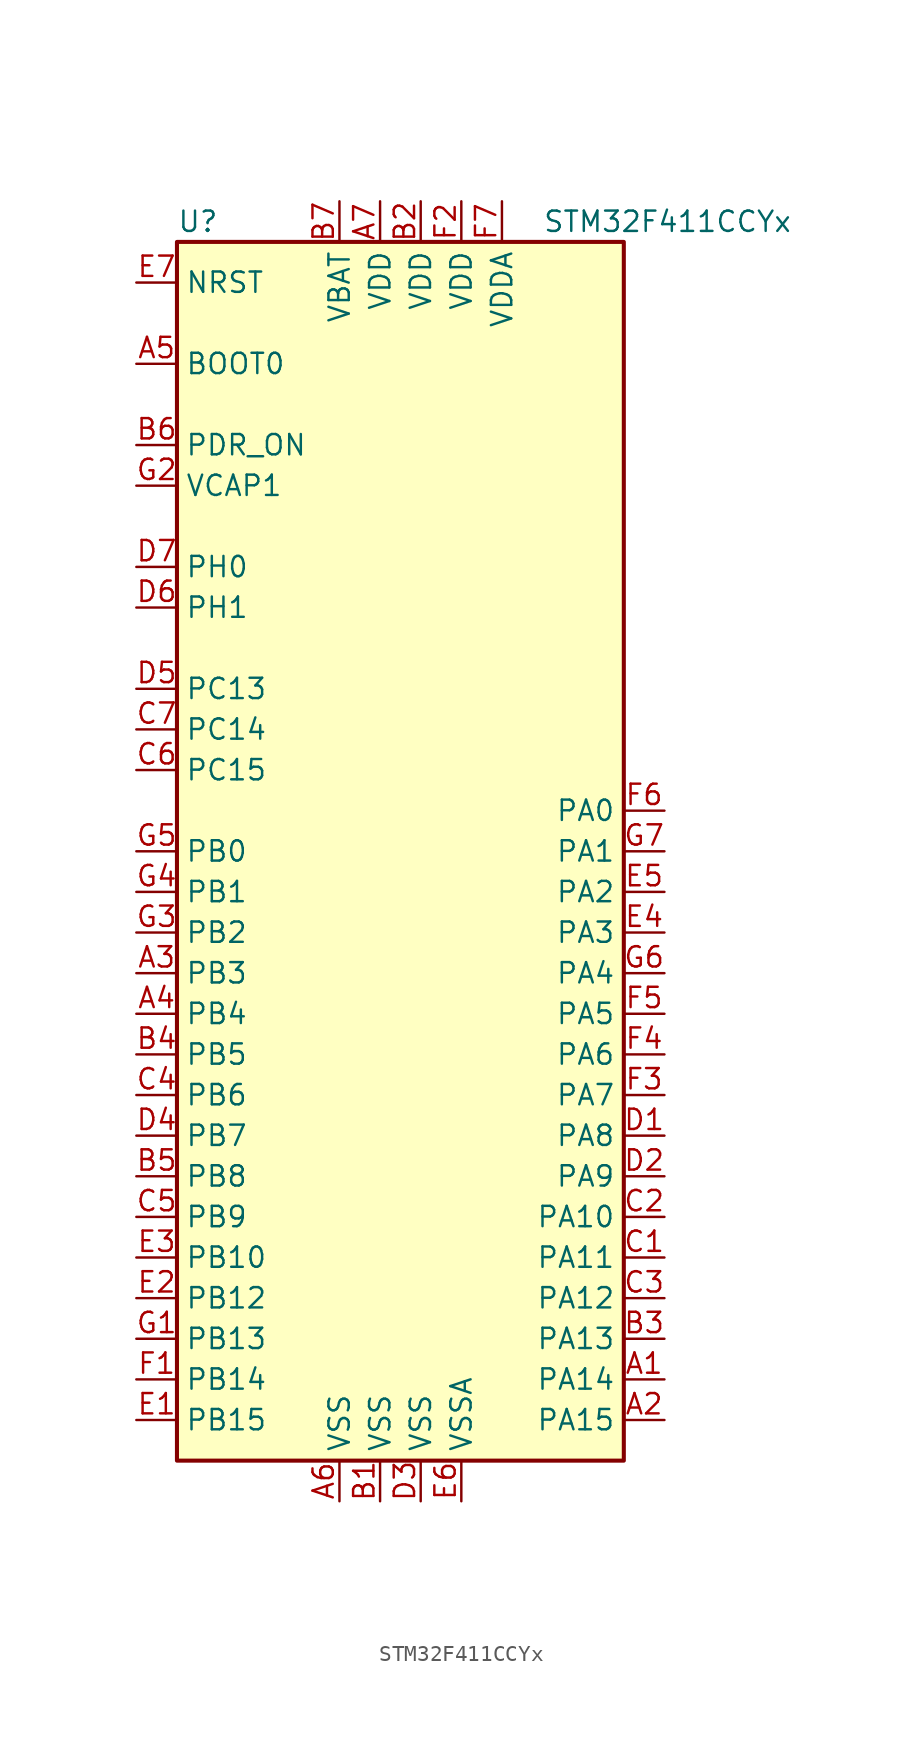
<source format=kicad_sym>
(kicad_symbol_lib
  (version 20201005)
  (generator kicad_symbol_editor)
  (symbol "MCU_ST_STM32F4:STM32F411CCYx"
    (property "Reference" "U"
      (at -15.24 39.37 0)
      (effects (font (size 1.27 1.27)) (justify left)))
    (property "Value" "STM32F411CCYx"
      (at 7.62 39.37 0)
      (effects (font (size 1.27 1.27)) (justify left)))
    (symbol "STM32F411CCYx_0_1"
      (rectangle (start -15.24 -38.1) (end 12.7 38.1) (stroke (width 0.254)) (fill (type background))))
    (symbol "STM32F411CCYx_1_1"
      (pin input line (at -17.78 30.48 0) (length 2.54) (name "BOOT0" (effects (font (size 1.27 1.27)))) (number "A5" (effects (font (size 1.27 1.27)))))
      (pin input line (at -17.78 35.56 0) (length 2.54) (name "NRST" (effects (font (size 1.27 1.27)))) (number "E7" (effects (font (size 1.27 1.27)))))
      (pin bidirectional line (at 15.24 2.54 180) (length 2.54) (name "PA0" (effects (font (size 1.27 1.27)))) (number "F6" (effects (font (size 1.27 1.27)))))
      (pin bidirectional line (at 15.24 0 180) (length 2.54) (name "PA1" (effects (font (size 1.27 1.27)))) (number "G7" (effects (font (size 1.27 1.27)))))
      (pin bidirectional line (at 15.24 -22.86 180) (length 2.54) (name "PA10" (effects (font (size 1.27 1.27)))) (number "C2" (effects (font (size 1.27 1.27)))))
      (pin bidirectional line (at 15.24 -25.4 180) (length 2.54) (name "PA11" (effects (font (size 1.27 1.27)))) (number "C1" (effects (font (size 1.27 1.27)))))
      (pin bidirectional line (at 15.24 -27.94 180) (length 2.54) (name "PA12" (effects (font (size 1.27 1.27)))) (number "C3" (effects (font (size 1.27 1.27)))))
      (pin bidirectional line (at 15.24 -30.48 180) (length 2.54) (name "PA13" (effects (font (size 1.27 1.27)))) (number "B3" (effects (font (size 1.27 1.27)))))
      (pin bidirectional line (at 15.24 -33.02 180) (length 2.54) (name "PA14" (effects (font (size 1.27 1.27)))) (number "A1" (effects (font (size 1.27 1.27)))))
      (pin bidirectional line (at 15.24 -35.56 180) (length 2.54) (name "PA15" (effects (font (size 1.27 1.27)))) (number "A2" (effects (font (size 1.27 1.27)))))
      (pin bidirectional line (at 15.24 -2.54 180) (length 2.54) (name "PA2" (effects (font (size 1.27 1.27)))) (number "E5" (effects (font (size 1.27 1.27)))))
      (pin bidirectional line (at 15.24 -5.08 180) (length 2.54) (name "PA3" (effects (font (size 1.27 1.27)))) (number "E4" (effects (font (size 1.27 1.27)))))
      (pin bidirectional line (at 15.24 -7.62 180) (length 2.54) (name "PA4" (effects (font (size 1.27 1.27)))) (number "G6" (effects (font (size 1.27 1.27)))))
      (pin bidirectional line (at 15.24 -10.16 180) (length 2.54) (name "PA5" (effects (font (size 1.27 1.27)))) (number "F5" (effects (font (size 1.27 1.27)))))
      (pin bidirectional line (at 15.24 -12.7 180) (length 2.54) (name "PA6" (effects (font (size 1.27 1.27)))) (number "F4" (effects (font (size 1.27 1.27)))))
      (pin bidirectional line (at 15.24 -15.24 180) (length 2.54) (name "PA7" (effects (font (size 1.27 1.27)))) (number "F3" (effects (font (size 1.27 1.27)))))
      (pin bidirectional line (at 15.24 -17.78 180) (length 2.54) (name "PA8" (effects (font (size 1.27 1.27)))) (number "D1" (effects (font (size 1.27 1.27)))))
      (pin bidirectional line (at 15.24 -20.32 180) (length 2.54) (name "PA9" (effects (font (size 1.27 1.27)))) (number "D2" (effects (font (size 1.27 1.27)))))
      (pin bidirectional line (at -17.78 0 0) (length 2.54) (name "PB0" (effects (font (size 1.27 1.27)))) (number "G5" (effects (font (size 1.27 1.27)))))
      (pin bidirectional line (at -17.78 -2.54 0) (length 2.54) (name "PB1" (effects (font (size 1.27 1.27)))) (number "G4" (effects (font (size 1.27 1.27)))))
      (pin bidirectional line (at -17.78 -25.4 0) (length 2.54) (name "PB10" (effects (font (size 1.27 1.27)))) (number "E3" (effects (font (size 1.27 1.27)))))
      (pin bidirectional line (at -17.78 -27.94 0) (length 2.54) (name "PB12" (effects (font (size 1.27 1.27)))) (number "E2" (effects (font (size 1.27 1.27)))))
      (pin bidirectional line (at -17.78 -30.48 0) (length 2.54) (name "PB13" (effects (font (size 1.27 1.27)))) (number "G1" (effects (font (size 1.27 1.27)))))
      (pin bidirectional line (at -17.78 -33.02 0) (length 2.54) (name "PB14" (effects (font (size 1.27 1.27)))) (number "F1" (effects (font (size 1.27 1.27)))))
      (pin bidirectional line (at -17.78 -35.56 0) (length 2.54) (name "PB15" (effects (font (size 1.27 1.27)))) (number "E1" (effects (font (size 1.27 1.27)))))
      (pin bidirectional line (at -17.78 -5.08 0) (length 2.54) (name "PB2" (effects (font (size 1.27 1.27)))) (number "G3" (effects (font (size 1.27 1.27)))))
      (pin bidirectional line (at -17.78 -7.62 0) (length 2.54) (name "PB3" (effects (font (size 1.27 1.27)))) (number "A3" (effects (font (size 1.27 1.27)))))
      (pin bidirectional line (at -17.78 -10.16 0) (length 2.54) (name "PB4" (effects (font (size 1.27 1.27)))) (number "A4" (effects (font (size 1.27 1.27)))))
      (pin bidirectional line (at -17.78 -12.7 0) (length 2.54) (name "PB5" (effects (font (size 1.27 1.27)))) (number "B4" (effects (font (size 1.27 1.27)))))
      (pin bidirectional line (at -17.78 -15.24 0) (length 2.54) (name "PB6" (effects (font (size 1.27 1.27)))) (number "C4" (effects (font (size 1.27 1.27)))))
      (pin bidirectional line (at -17.78 -17.78 0) (length 2.54) (name "PB7" (effects (font (size 1.27 1.27)))) (number "D4" (effects (font (size 1.27 1.27)))))
      (pin bidirectional line (at -17.78 -20.32 0) (length 2.54) (name "PB8" (effects (font (size 1.27 1.27)))) (number "B5" (effects (font (size 1.27 1.27)))))
      (pin bidirectional line (at -17.78 -22.86 0) (length 2.54) (name "PB9" (effects (font (size 1.27 1.27)))) (number "C5" (effects (font (size 1.27 1.27)))))
      (pin bidirectional line (at -17.78 10.16 0) (length 2.54) (name "PC13" (effects (font (size 1.27 1.27)))) (number "D5" (effects (font (size 1.27 1.27)))))
      (pin bidirectional line (at -17.78 7.62 0) (length 2.54) (name "PC14" (effects (font (size 1.27 1.27)))) (number "C7" (effects (font (size 1.27 1.27)))))
      (pin bidirectional line (at -17.78 5.08 0) (length 2.54) (name "PC15" (effects (font (size 1.27 1.27)))) (number "C6" (effects (font (size 1.27 1.27)))))
      (pin power_in line (at -17.78 25.4 0) (length 2.54) (name "PDR_ON" (effects (font (size 1.27 1.27)))) (number "B6" (effects (font (size 1.27 1.27)))))
      (pin input line (at -17.78 17.78 0) (length 2.54) (name "PH0" (effects (font (size 1.27 1.27)))) (number "D7" (effects (font (size 1.27 1.27)))))
      (pin input line (at -17.78 15.24 0) (length 2.54) (name "PH1" (effects (font (size 1.27 1.27)))) (number "D6" (effects (font (size 1.27 1.27)))))
      (pin power_in line (at -5.08 40.64 270) (length 2.54) (name "VBAT" (effects (font (size 1.27 1.27)))) (number "B7" (effects (font (size 1.27 1.27)))))
      (pin power_in line (at -17.78 22.86 0) (length 2.54) (name "VCAP1" (effects (font (size 1.27 1.27)))) (number "G2" (effects (font (size 1.27 1.27)))))
      (pin power_in line (at -2.54 40.64 270) (length 2.54) (name "VDD" (effects (font (size 1.27 1.27)))) (number "A7" (effects (font (size 1.27 1.27)))))
      (pin power_in line (at 0 40.64 270) (length 2.54) (name "VDD" (effects (font (size 1.27 1.27)))) (number "B2" (effects (font (size 1.27 1.27)))))
      (pin power_in line (at 2.54 40.64 270) (length 2.54) (name "VDD" (effects (font (size 1.27 1.27)))) (number "F2" (effects (font (size 1.27 1.27)))))
      (pin power_in line (at 5.08 40.64 270) (length 2.54) (name "VDDA" (effects (font (size 1.27 1.27)))) (number "F7" (effects (font (size 1.27 1.27)))))
      (pin power_in line (at -5.08 -40.64 90) (length 2.54) (name "VSS" (effects (font (size 1.27 1.27)))) (number "A6" (effects (font (size 1.27 1.27)))))
      (pin power_in line (at -2.54 -40.64 90) (length 2.54) (name "VSS" (effects (font (size 1.27 1.27)))) (number "B1" (effects (font (size 1.27 1.27)))))
      (pin power_in line (at 0 -40.64 90) (length 2.54) (name "VSS" (effects (font (size 1.27 1.27)))) (number "D3" (effects (font (size 1.27 1.27)))))
      (pin power_in line (at 2.54 -40.64 90) (length 2.54) (name "VSSA" (effects (font (size 1.27 1.27)))) (number "E6" (effects (font (size 1.27 1.27))))))))
</source>
